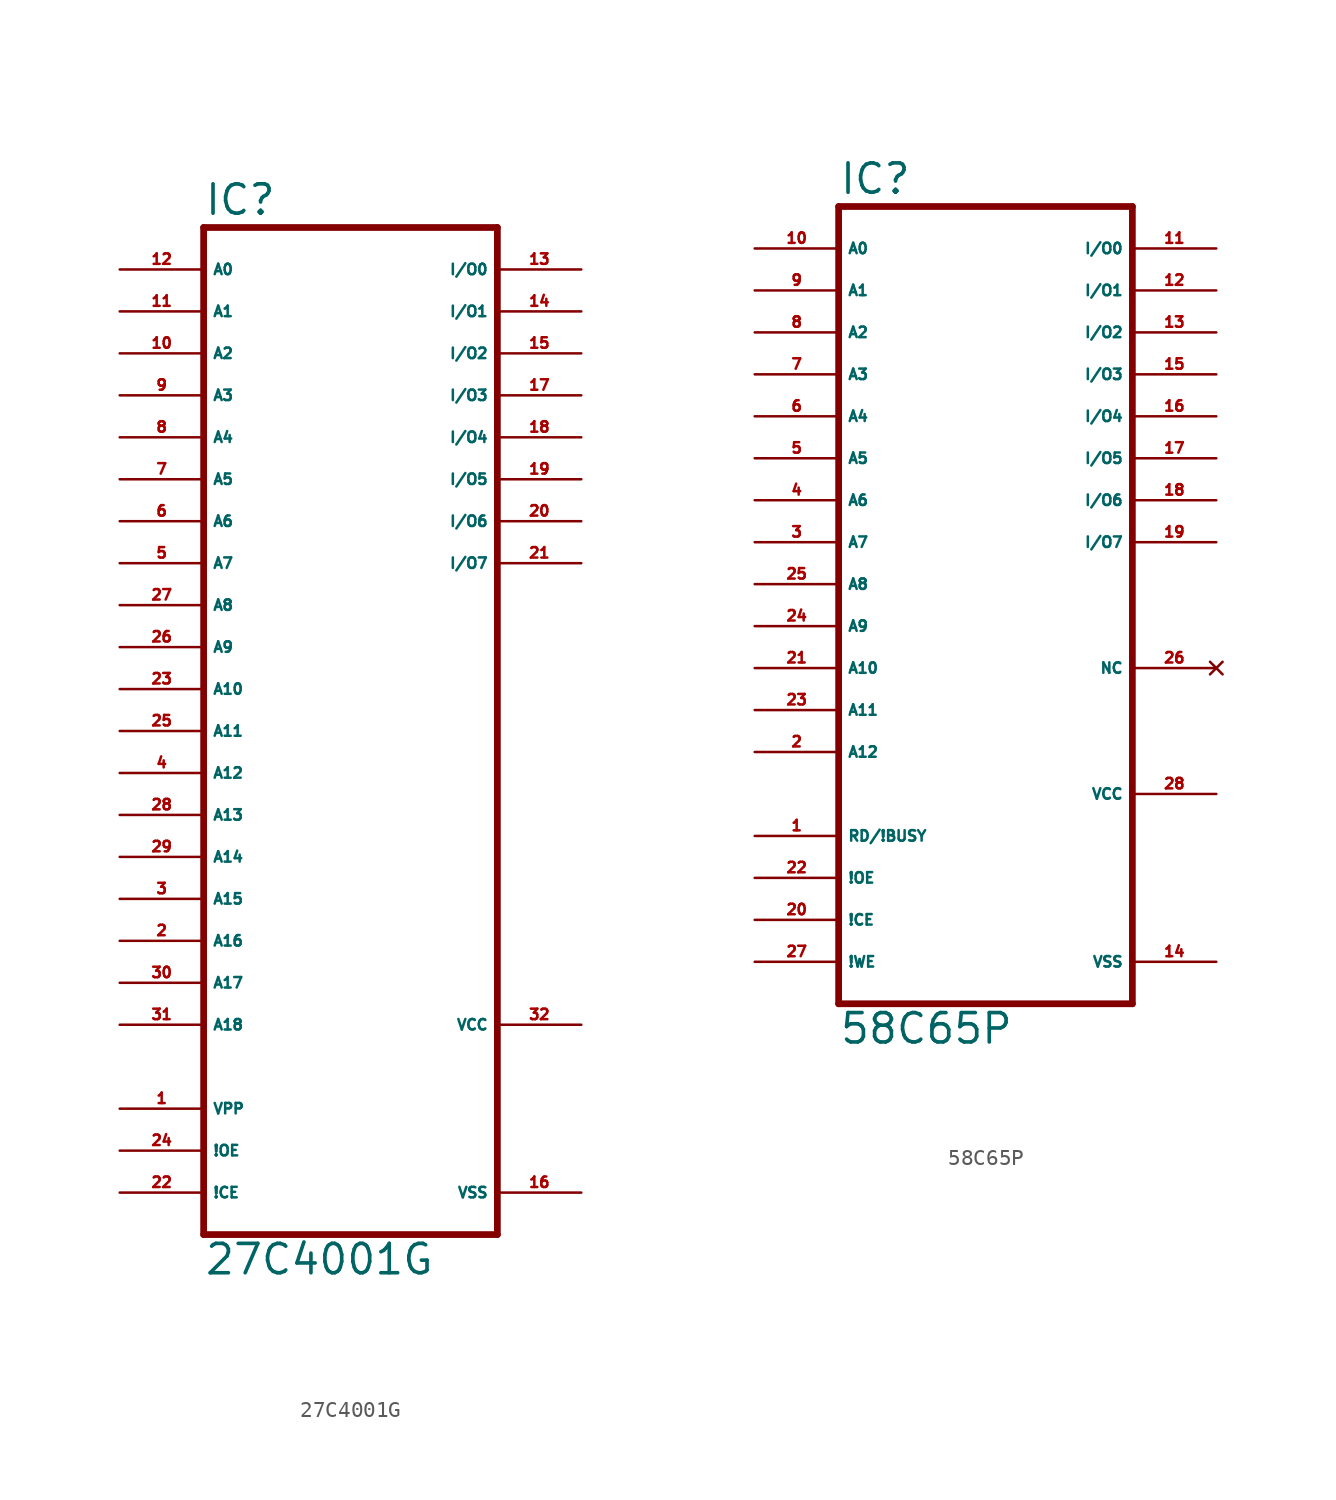
<source format=kicad_sym>
(kicad_symbol_lib
  (version 20220914)
  (generator Eagle2Kicad)
  (symbol "27C4001G"
    (property "Reference" "IC"
      (at -10.16 28.575 0)
      (effects (font (size 1.778 1.778) (thickness 0.22)) (justify left bottom)))
    (property "Value" "27C4001G"
      (at -10.16 -35.56 0)
      (effects (font (size 1.778 1.778) (thickness 0.22)) (justify left bottom)))
    (polyline
      (pts (xy -10.16 -33.02) (xy 7.62 -33.02))
      (stroke (width 0.406) (type default))
      (fill (type none)))
    (polyline
      (pts (xy 7.62 27.94) (xy 7.62 -33.02))
      (stroke (width 0.406) (type default))
      (fill (type none)))
    (polyline
      (pts (xy 7.62 27.94) (xy -10.16 27.94))
      (stroke (width 0.406) (type default))
      (fill (type none)))
    (polyline
      (pts (xy -10.16 -33.02) (xy -10.16 27.94))
      (stroke (width 0.406) (type default))
      (fill (type none)))
    (pin input line
      (at -15.24 25.4 0)
      (length 5.08)
      (name "A0" (effects (font (size 0.635 0.635) (thickness 0.08)) (justify left bottom)))
      (number "12" (effects (font (size 0.635 0.635) (thickness 0.08)) (justify left bottom))))
    (pin input line
      (at -15.24 22.86 0)
      (length 5.08)
      (name "A1" (effects (font (size 0.635 0.635) (thickness 0.08)) (justify left bottom)))
      (number "11" (effects (font (size 0.635 0.635) (thickness 0.08)) (justify left bottom))))
    (pin input line
      (at -15.24 20.32 0)
      (length 5.08)
      (name "A2" (effects (font (size 0.635 0.635) (thickness 0.08)) (justify left bottom)))
      (number "10" (effects (font (size 0.635 0.635) (thickness 0.08)) (justify left bottom))))
    (pin input line
      (at -15.24 17.78 0)
      (length 5.08)
      (name "A3" (effects (font (size 0.635 0.635) (thickness 0.08)) (justify left bottom)))
      (number "9" (effects (font (size 0.635 0.635) (thickness 0.08)) (justify left bottom))))
    (pin input line
      (at -15.24 15.24 0)
      (length 5.08)
      (name "A4" (effects (font (size 0.635 0.635) (thickness 0.08)) (justify left bottom)))
      (number "8" (effects (font (size 0.635 0.635) (thickness 0.08)) (justify left bottom))))
    (pin input line
      (at -15.24 12.7 0)
      (length 5.08)
      (name "A5" (effects (font (size 0.635 0.635) (thickness 0.08)) (justify left bottom)))
      (number "7" (effects (font (size 0.635 0.635) (thickness 0.08)) (justify left bottom))))
    (pin input line
      (at -15.24 10.16 0)
      (length 5.08)
      (name "A6" (effects (font (size 0.635 0.635) (thickness 0.08)) (justify left bottom)))
      (number "6" (effects (font (size 0.635 0.635) (thickness 0.08)) (justify left bottom))))
    (pin input line
      (at -15.24 7.62 0)
      (length 5.08)
      (name "A7" (effects (font (size 0.635 0.635) (thickness 0.08)) (justify left bottom)))
      (number "5" (effects (font (size 0.635 0.635) (thickness 0.08)) (justify left bottom))))
    (pin input line
      (at -15.24 5.08 0)
      (length 5.08)
      (name "A8" (effects (font (size 0.635 0.635) (thickness 0.08)) (justify left bottom)))
      (number "27" (effects (font (size 0.635 0.635) (thickness 0.08)) (justify left bottom))))
    (pin input line
      (at -15.24 2.54 0)
      (length 5.08)
      (name "A9" (effects (font (size 0.635 0.635) (thickness 0.08)) (justify left bottom)))
      (number "26" (effects (font (size 0.635 0.635) (thickness 0.08)) (justify left bottom))))
    (pin input line
      (at -15.24 0 0)
      (length 5.08)
      (name "A10" (effects (font (size 0.635 0.635) (thickness 0.08)) (justify left bottom)))
      (number "23" (effects (font (size 0.635 0.635) (thickness 0.08)) (justify left bottom))))
    (pin input line
      (at -15.24 -2.54 0)
      (length 5.08)
      (name "A11" (effects (font (size 0.635 0.635) (thickness 0.08)) (justify left bottom)))
      (number "25" (effects (font (size 0.635 0.635) (thickness 0.08)) (justify left bottom))))
    (pin input line
      (at -15.24 -5.08 0)
      (length 5.08)
      (name "A12" (effects (font (size 0.635 0.635) (thickness 0.08)) (justify left bottom)))
      (number "4" (effects (font (size 0.635 0.635) (thickness 0.08)) (justify left bottom))))
    (pin input line
      (at -15.24 -7.62 0)
      (length 5.08)
      (name "A13" (effects (font (size 0.635 0.635) (thickness 0.08)) (justify left bottom)))
      (number "28" (effects (font (size 0.635 0.635) (thickness 0.08)) (justify left bottom))))
    (pin input line
      (at -15.24 -10.16 0)
      (length 5.08)
      (name "A14" (effects (font (size 0.635 0.635) (thickness 0.08)) (justify left bottom)))
      (number "29" (effects (font (size 0.635 0.635) (thickness 0.08)) (justify left bottom))))
    (pin input line
      (at -15.24 -12.7 0)
      (length 5.08)
      (name "A15" (effects (font (size 0.635 0.635) (thickness 0.08)) (justify left bottom)))
      (number "3" (effects (font (size 0.635 0.635) (thickness 0.08)) (justify left bottom))))
    (pin input line
      (at -15.24 -15.24 0)
      (length 5.08)
      (name "A16" (effects (font (size 0.635 0.635) (thickness 0.08)) (justify left bottom)))
      (number "2" (effects (font (size 0.635 0.635) (thickness 0.08)) (justify left bottom))))
    (pin input line
      (at -15.24 -25.4 0)
      (length 5.08)
      (name "VPP" (effects (font (size 0.635 0.635) (thickness 0.08)) (justify left bottom)))
      (number "1" (effects (font (size 0.635 0.635) (thickness 0.08)) (justify left bottom))))
    (pin input line
      (at -15.24 -20.32 0)
      (length 5.08)
      (name "A18" (effects (font (size 0.635 0.635) (thickness 0.08)) (justify left bottom)))
      (number "31" (effects (font (size 0.635 0.635) (thickness 0.08)) (justify left bottom))))
    (pin input line
      (at -15.24 -27.94 0)
      (length 5.08)
      (name "!OE" (effects (font (size 0.635 0.635) (thickness 0.08)) (justify left bottom)))
      (number "24" (effects (font (size 0.635 0.635) (thickness 0.08)) (justify left bottom))))
    (pin input line
      (at -15.24 -30.48 0)
      (length 5.08)
      (name "!CE" (effects (font (size 0.635 0.635) (thickness 0.08)) (justify left bottom)))
      (number "22" (effects (font (size 0.635 0.635) (thickness 0.08)) (justify left bottom))))
    (pin tri_state line
      (at 12.7 25.4 180)
      (length 5.08)
      (name "I/O0" (effects (font (size 0.635 0.635) (thickness 0.08)) (justify left bottom)))
      (number "13" (effects (font (size 0.635 0.635) (thickness 0.08)) (justify left bottom))))
    (pin tri_state line
      (at 12.7 22.86 180)
      (length 5.08)
      (name "I/O1" (effects (font (size 0.635 0.635) (thickness 0.08)) (justify left bottom)))
      (number "14" (effects (font (size 0.635 0.635) (thickness 0.08)) (justify left bottom))))
    (pin tri_state line
      (at 12.7 20.32 180)
      (length 5.08)
      (name "I/O2" (effects (font (size 0.635 0.635) (thickness 0.08)) (justify left bottom)))
      (number "15" (effects (font (size 0.635 0.635) (thickness 0.08)) (justify left bottom))))
    (pin tri_state line
      (at 12.7 17.78 180)
      (length 5.08)
      (name "I/O3" (effects (font (size 0.635 0.635) (thickness 0.08)) (justify left bottom)))
      (number "17" (effects (font (size 0.635 0.635) (thickness 0.08)) (justify left bottom))))
    (pin tri_state line
      (at 12.7 15.24 180)
      (length 5.08)
      (name "I/O4" (effects (font (size 0.635 0.635) (thickness 0.08)) (justify left bottom)))
      (number "18" (effects (font (size 0.635 0.635) (thickness 0.08)) (justify left bottom))))
    (pin tri_state line
      (at 12.7 12.7 180)
      (length 5.08)
      (name "I/O5" (effects (font (size 0.635 0.635) (thickness 0.08)) (justify left bottom)))
      (number "19" (effects (font (size 0.635 0.635) (thickness 0.08)) (justify left bottom))))
    (pin tri_state line
      (at 12.7 10.16 180)
      (length 5.08)
      (name "I/O6" (effects (font (size 0.635 0.635) (thickness 0.08)) (justify left bottom)))
      (number "20" (effects (font (size 0.635 0.635) (thickness 0.08)) (justify left bottom))))
    (pin tri_state line
      (at 12.7 7.62 180)
      (length 5.08)
      (name "I/O7" (effects (font (size 0.635 0.635) (thickness 0.08)) (justify left bottom)))
      (number "21" (effects (font (size 0.635 0.635) (thickness 0.08)) (justify left bottom))))
    (pin unspecified line
      (at 12.7 -30.48 180)
      (length 5.08)
      (name "VSS" (effects (font (size 0.635 0.635) (thickness 0.08)) (justify left bottom)))
      (number "16" (effects (font (size 0.635 0.635) (thickness 0.08)) (justify left bottom))))
    (pin unspecified line
      (at 12.7 -20.32 180)
      (length 5.08)
      (name "VCC" (effects (font (size 0.635 0.635) (thickness 0.08)) (justify left bottom)))
      (number "32" (effects (font (size 0.635 0.635) (thickness 0.08)) (justify left bottom))))
    (pin input line
      (at -15.24 -17.78 0)
      (length 5.08)
      (name "A17" (effects (font (size 0.635 0.635) (thickness 0.08)) (justify left bottom)))
      (number "30" (effects (font (size 0.635 0.635) (thickness 0.08)) (justify left bottom)))))
  (symbol "58C65P"
    (property "Reference" "IC"
      (at -10.16 28.575 0)
      (effects (font (size 1.778 1.778) (thickness 0.22)) (justify left bottom)))
    (property "Value" "58C65P"
      (at -10.16 -22.86 0)
      (effects (font (size 1.778 1.778) (thickness 0.22)) (justify left bottom)))
    (polyline
      (pts (xy -10.16 -20.32) (xy 7.62 -20.32))
      (stroke (width 0.406) (type default))
      (fill (type none)))
    (polyline
      (pts (xy 7.62 27.94) (xy 7.62 -20.32))
      (stroke (width 0.406) (type default))
      (fill (type none)))
    (polyline
      (pts (xy 7.62 27.94) (xy -10.16 27.94))
      (stroke (width 0.406) (type default))
      (fill (type none)))
    (polyline
      (pts (xy -10.16 -20.32) (xy -10.16 27.94))
      (stroke (width 0.406) (type default))
      (fill (type none)))
    (pin input line
      (at -15.24 25.4 0)
      (length 5.08)
      (name "A0" (effects (font (size 0.635 0.635) (thickness 0.08)) (justify left bottom)))
      (number "10" (effects (font (size 0.635 0.635) (thickness 0.08)) (justify left bottom))))
    (pin input line
      (at -15.24 22.86 0)
      (length 5.08)
      (name "A1" (effects (font (size 0.635 0.635) (thickness 0.08)) (justify left bottom)))
      (number "9" (effects (font (size 0.635 0.635) (thickness 0.08)) (justify left bottom))))
    (pin input line
      (at -15.24 20.32 0)
      (length 5.08)
      (name "A2" (effects (font (size 0.635 0.635) (thickness 0.08)) (justify left bottom)))
      (number "8" (effects (font (size 0.635 0.635) (thickness 0.08)) (justify left bottom))))
    (pin input line
      (at -15.24 17.78 0)
      (length 5.08)
      (name "A3" (effects (font (size 0.635 0.635) (thickness 0.08)) (justify left bottom)))
      (number "7" (effects (font (size 0.635 0.635) (thickness 0.08)) (justify left bottom))))
    (pin input line
      (at -15.24 15.24 0)
      (length 5.08)
      (name "A4" (effects (font (size 0.635 0.635) (thickness 0.08)) (justify left bottom)))
      (number "6" (effects (font (size 0.635 0.635) (thickness 0.08)) (justify left bottom))))
    (pin input line
      (at -15.24 12.7 0)
      (length 5.08)
      (name "A5" (effects (font (size 0.635 0.635) (thickness 0.08)) (justify left bottom)))
      (number "5" (effects (font (size 0.635 0.635) (thickness 0.08)) (justify left bottom))))
    (pin input line
      (at -15.24 10.16 0)
      (length 5.08)
      (name "A6" (effects (font (size 0.635 0.635) (thickness 0.08)) (justify left bottom)))
      (number "4" (effects (font (size 0.635 0.635) (thickness 0.08)) (justify left bottom))))
    (pin input line
      (at -15.24 7.62 0)
      (length 5.08)
      (name "A7" (effects (font (size 0.635 0.635) (thickness 0.08)) (justify left bottom)))
      (number "3" (effects (font (size 0.635 0.635) (thickness 0.08)) (justify left bottom))))
    (pin input line
      (at -15.24 5.08 0)
      (length 5.08)
      (name "A8" (effects (font (size 0.635 0.635) (thickness 0.08)) (justify left bottom)))
      (number "25" (effects (font (size 0.635 0.635) (thickness 0.08)) (justify left bottom))))
    (pin input line
      (at -15.24 2.54 0)
      (length 5.08)
      (name "A9" (effects (font (size 0.635 0.635) (thickness 0.08)) (justify left bottom)))
      (number "24" (effects (font (size 0.635 0.635) (thickness 0.08)) (justify left bottom))))
    (pin input line
      (at -15.24 0 0)
      (length 5.08)
      (name "A10" (effects (font (size 0.635 0.635) (thickness 0.08)) (justify left bottom)))
      (number "21" (effects (font (size 0.635 0.635) (thickness 0.08)) (justify left bottom))))
    (pin input line
      (at -15.24 -2.54 0)
      (length 5.08)
      (name "A11" (effects (font (size 0.635 0.635) (thickness 0.08)) (justify left bottom)))
      (number "23" (effects (font (size 0.635 0.635) (thickness 0.08)) (justify left bottom))))
    (pin input line
      (at -15.24 -5.08 0)
      (length 5.08)
      (name "A12" (effects (font (size 0.635 0.635) (thickness 0.08)) (justify left bottom)))
      (number "2" (effects (font (size 0.635 0.635) (thickness 0.08)) (justify left bottom))))
    (pin input line
      (at -15.24 -10.16 0)
      (length 5.08)
      (name "RD/!BUSY" (effects (font (size 0.635 0.635) (thickness 0.08)) (justify left bottom)))
      (number "1" (effects (font (size 0.635 0.635) (thickness 0.08)) (justify left bottom))))
    (pin input line
      (at -15.24 -12.7 0)
      (length 5.08)
      (name "!OE" (effects (font (size 0.635 0.635) (thickness 0.08)) (justify left bottom)))
      (number "22" (effects (font (size 0.635 0.635) (thickness 0.08)) (justify left bottom))))
    (pin input line
      (at -15.24 -15.24 0)
      (length 5.08)
      (name "!CE" (effects (font (size 0.635 0.635) (thickness 0.08)) (justify left bottom)))
      (number "20" (effects (font (size 0.635 0.635) (thickness 0.08)) (justify left bottom))))
    (pin input line
      (at -15.24 -17.78 0)
      (length 5.08)
      (name "!WE" (effects (font (size 0.635 0.635) (thickness 0.08)) (justify left bottom)))
      (number "27" (effects (font (size 0.635 0.635) (thickness 0.08)) (justify left bottom))))
    (pin tri_state line
      (at 12.7 25.4 180)
      (length 5.08)
      (name "I/O0" (effects (font (size 0.635 0.635) (thickness 0.08)) (justify left bottom)))
      (number "11" (effects (font (size 0.635 0.635) (thickness 0.08)) (justify left bottom))))
    (pin tri_state line
      (at 12.7 22.86 180)
      (length 5.08)
      (name "I/O1" (effects (font (size 0.635 0.635) (thickness 0.08)) (justify left bottom)))
      (number "12" (effects (font (size 0.635 0.635) (thickness 0.08)) (justify left bottom))))
    (pin tri_state line
      (at 12.7 20.32 180)
      (length 5.08)
      (name "I/O2" (effects (font (size 0.635 0.635) (thickness 0.08)) (justify left bottom)))
      (number "13" (effects (font (size 0.635 0.635) (thickness 0.08)) (justify left bottom))))
    (pin tri_state line
      (at 12.7 17.78 180)
      (length 5.08)
      (name "I/O3" (effects (font (size 0.635 0.635) (thickness 0.08)) (justify left bottom)))
      (number "15" (effects (font (size 0.635 0.635) (thickness 0.08)) (justify left bottom))))
    (pin tri_state line
      (at 12.7 15.24 180)
      (length 5.08)
      (name "I/O4" (effects (font (size 0.635 0.635) (thickness 0.08)) (justify left bottom)))
      (number "16" (effects (font (size 0.635 0.635) (thickness 0.08)) (justify left bottom))))
    (pin tri_state line
      (at 12.7 12.7 180)
      (length 5.08)
      (name "I/O5" (effects (font (size 0.635 0.635) (thickness 0.08)) (justify left bottom)))
      (number "17" (effects (font (size 0.635 0.635) (thickness 0.08)) (justify left bottom))))
    (pin tri_state line
      (at 12.7 10.16 180)
      (length 5.08)
      (name "I/O6" (effects (font (size 0.635 0.635) (thickness 0.08)) (justify left bottom)))
      (number "18" (effects (font (size 0.635 0.635) (thickness 0.08)) (justify left bottom))))
    (pin tri_state line
      (at 12.7 7.62 180)
      (length 5.08)
      (name "I/O7" (effects (font (size 0.635 0.635) (thickness 0.08)) (justify left bottom)))
      (number "19" (effects (font (size 0.635 0.635) (thickness 0.08)) (justify left bottom))))
    (pin unspecified line
      (at 12.7 -17.78 180)
      (length 5.08)
      (name "VSS" (effects (font (size 0.635 0.635) (thickness 0.08)) (justify left bottom)))
      (number "14" (effects (font (size 0.635 0.635) (thickness 0.08)) (justify left bottom))))
    (pin unspecified line
      (at 12.7 -7.62 180)
      (length 5.08)
      (name "VCC" (effects (font (size 0.635 0.635) (thickness 0.08)) (justify left bottom)))
      (number "28" (effects (font (size 0.635 0.635) (thickness 0.08)) (justify left bottom))))
    (pin no_connect line
      (at 12.7 0 180)
      (length 5.08)
      (name "NC" (effects (font (size 0.635 0.635) (thickness 0.08)) (justify left bottom) hide))
      (number "26" (effects (font (size 0.635 0.635) (thickness 0.08)) (justify left bottom) hide)))))
</source>
